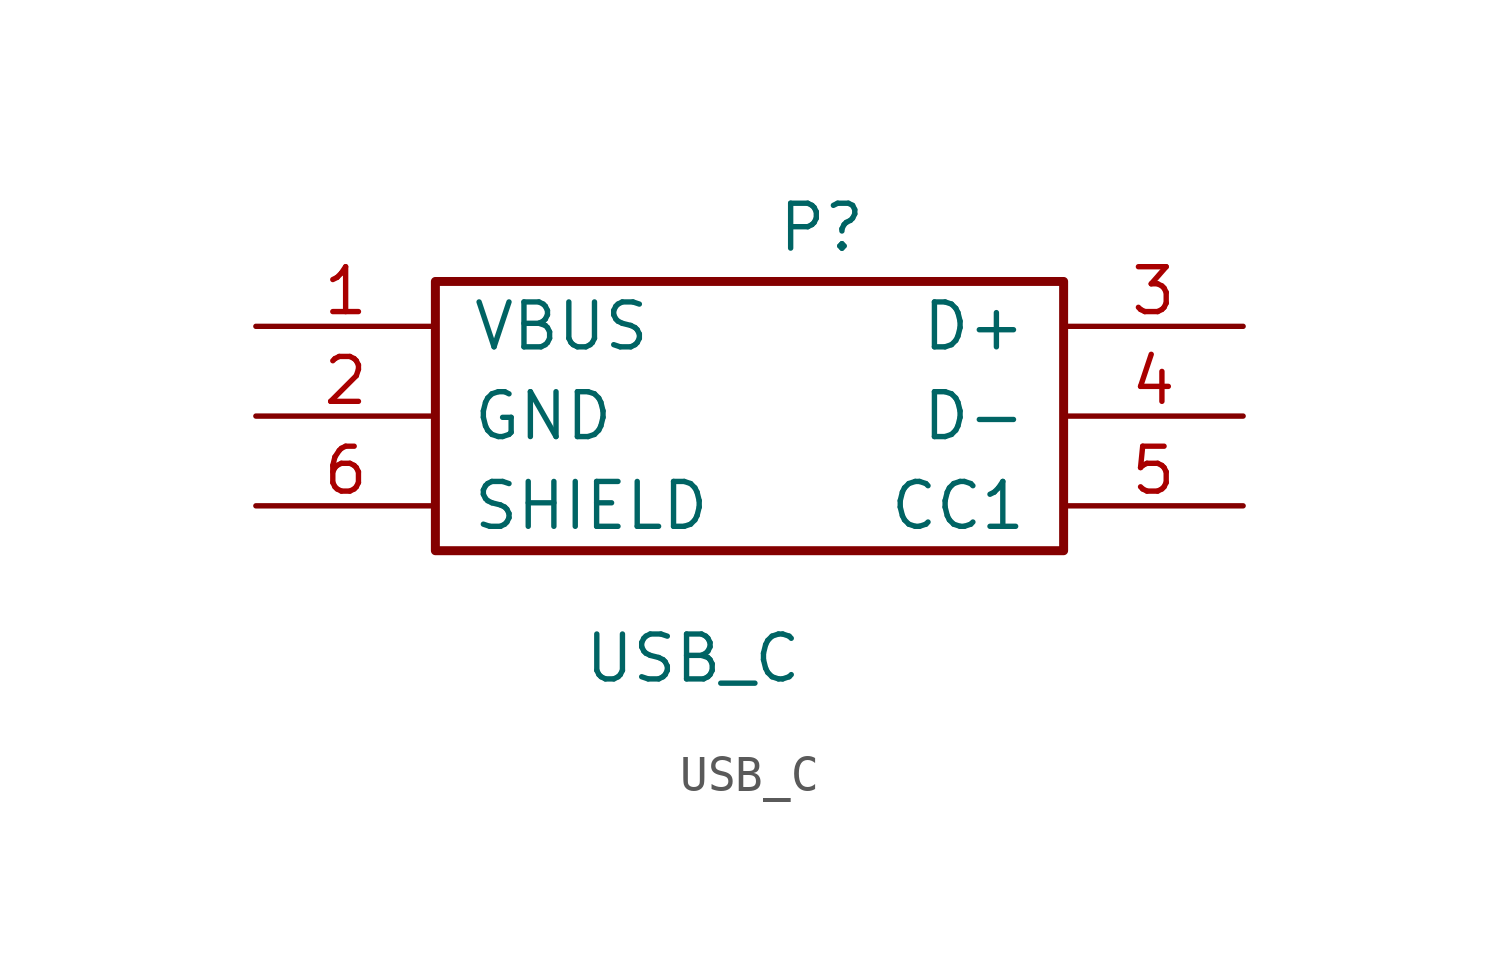
<source format=kicad_sym>
(kicad_symbol_lib
  (version 20241209)
  (generator "kicad_symbol_editor")
  (generator_version "9.0")
  (symbol "USB_C"
    (pin_names
      (offset 1.016))
    (property "Reference" "P"
      (at -0.508 14.224 0)
      (effects (font (size 1.27 1.27)) (justify left)))
    (property "Value" "USB_C"
      (at 0.254 2.032 0)
      (effects (font (size 1.27 1.27)) (justify right)))
    (symbol "USB_C_0_1"
      (rectangle (start -10.16 12.7) (end 7.62 5.08) (stroke (width 0.254) (type default)) (fill (type none))))
    (symbol "USB_C_1_1"
      (pin power_in line (at -15.24 11.43 0) (length 5.08) (name "VBUS" (effects (font (size 1.27 1.27)))) (number "1" (effects (font (size 1.27 1.27)))))
      (pin power_in line (at -15.24 8.89 0) (length 5.08) (name "GND" (effects (font (size 1.27 1.27)))) (number "2" (effects (font (size 1.27 1.27)))))
      (pin passive line (at -15.24 6.35 0) (length 5.08) (name "SHIELD" (effects (font (size 1.27 1.27)))) (number "6" (effects (font (size 1.27 1.27)))))
      (pin bidirectional line (at 12.7 11.43 180) (length 5.08) (name "D+" (effects (font (size 1.27 1.27)))) (number "3" (effects (font (size 1.27 1.27)))))
      (pin bidirectional line (at 12.7 8.89 180) (length 5.08) (name "D-" (effects (font (size 1.27 1.27)))) (number "4" (effects (font (size 1.27 1.27)))))
      (pin passive line (at 12.7 6.35 180) (length 5.08) (name "CC1" (effects (font (size 1.27 1.27)))) (number "5" (effects (font (size 1.27 1.27))))))))
</source>
